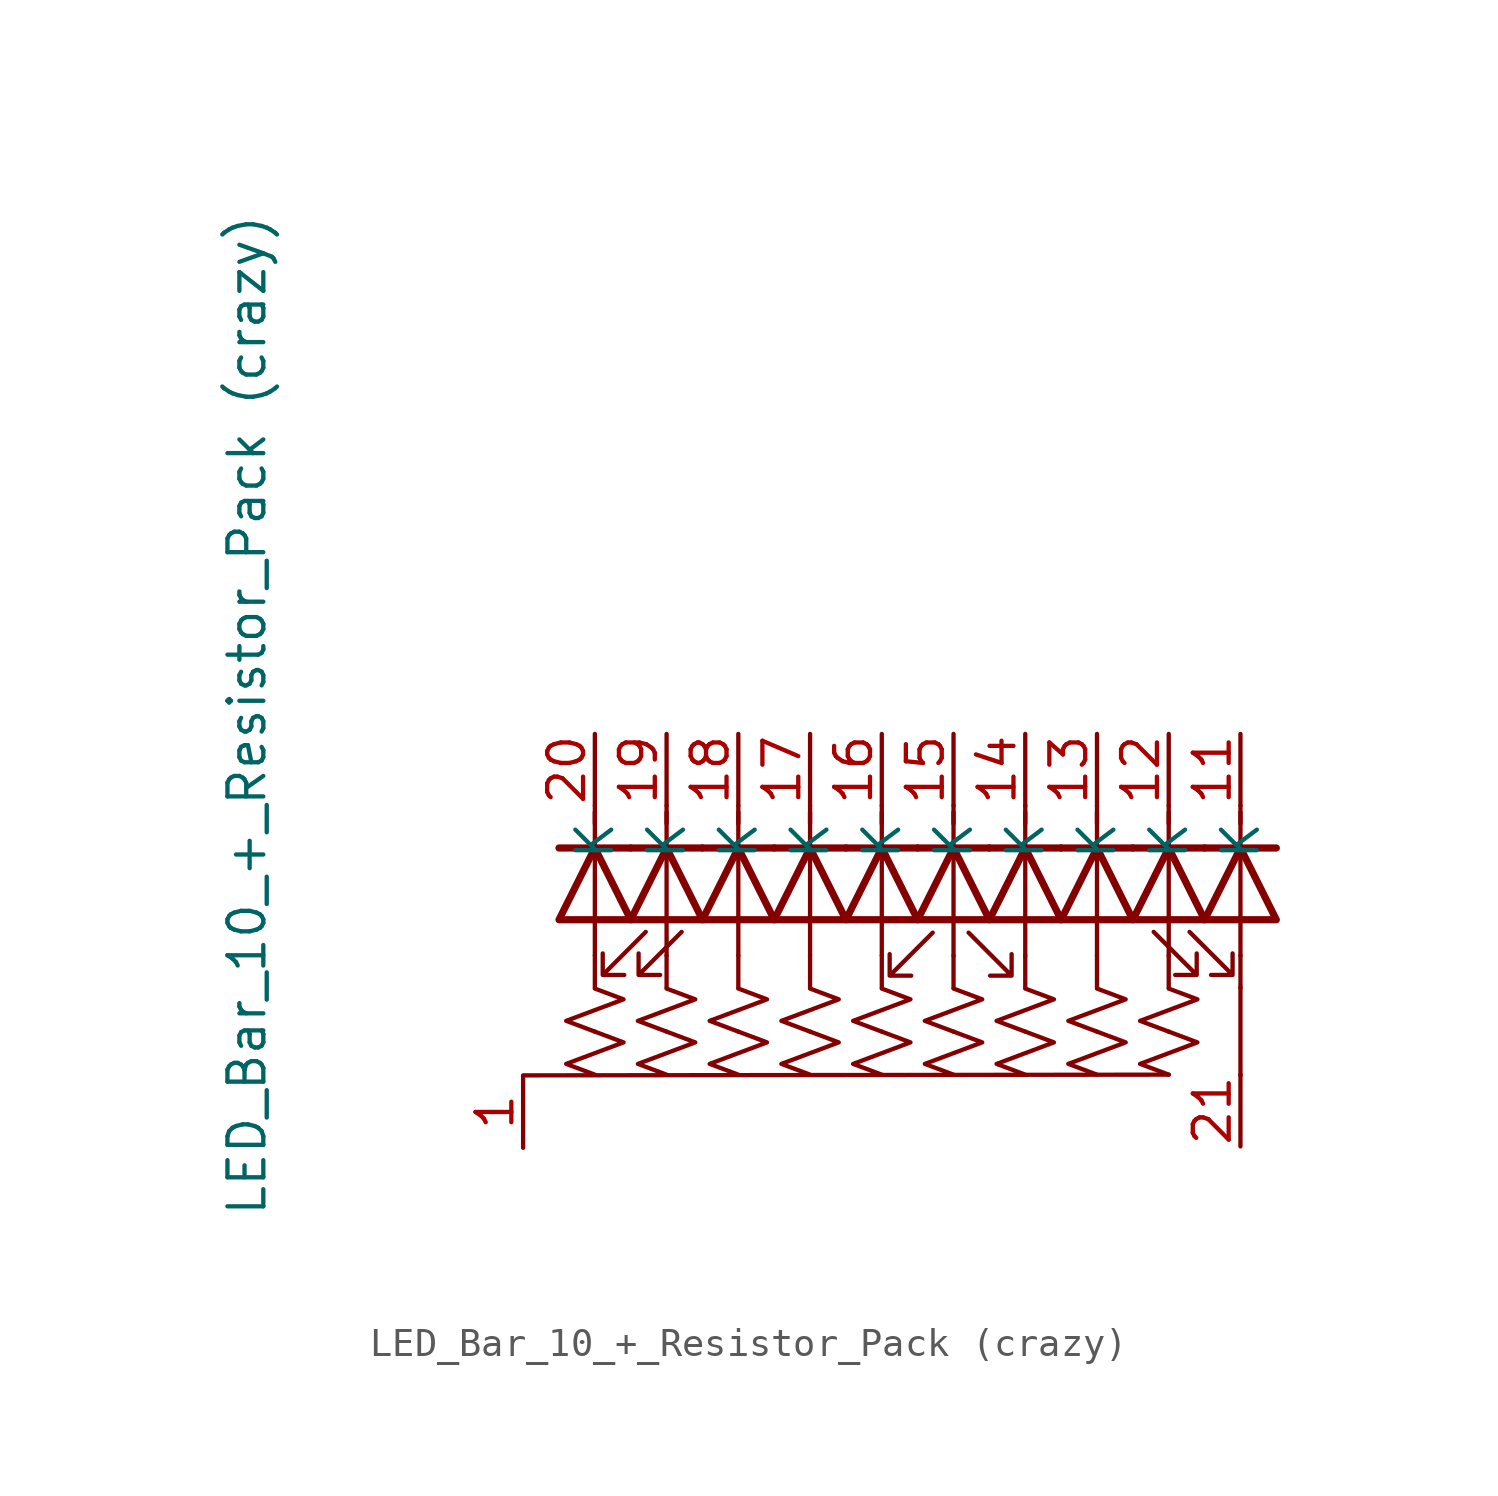
<source format=kicad_sym>
(kicad_symbol_lib
  (version 20220914)
  (generator kicad_symbol_editor)
  (symbol "LED_Bar_10_+_Resistor_Pack (crazy)"
    (property "Reference" "BAR"
      (at -23.495 -9.525 0)
      (effects (font (size 1.27 1.27)) hide))
    (property "Value" "LED_Bar_10_+_Resistor_Pack (crazy)"
      (at -12.319 15.265 90)
      (effects (font (size 1.27 1.27))))
    (symbol "LED_Bar_10_+_Resistor_Pack (crazy)_0_1"
      (polyline (pts (xy -2.54 2.515) (xy 20.32 2.54)) (stroke (width 0) (type default)) (fill (type none)))
      (polyline (pts (xy 0 6.756) (xy 0 5.613)) (stroke (width 0) (type default)) (fill (type none)))
      (polyline (pts (xy 0 6.756) (xy 0 11.836)) (stroke (width 0) (type default)) (fill (type none)))
      (polyline (pts (xy 0 12.065) (xy 0 11.43)) (stroke (width 0) (type default)) (fill (type none)))
      (polyline (pts (xy 1.27 10.566) (xy -1.27 10.566)) (stroke (width 0.254) (type default)) (fill (type none)))
      (polyline (pts (xy 2.54 6.756) (xy 2.54 5.613)) (stroke (width 0) (type default)) (fill (type none)))
      (polyline (pts (xy 2.54 6.756) (xy 2.54 11.836)) (stroke (width 0) (type default)) (fill (type none)))
      (polyline (pts (xy 2.54 12.065) (xy 2.54 11.43)) (stroke (width 0) (type default)) (fill (type none)))
      (polyline (pts (xy 3.81 10.566) (xy 1.27 10.566)) (stroke (width 0.254) (type default)) (fill (type none)))
      (polyline (pts (xy 5.08 6.756) (xy 5.08 5.613)) (stroke (width 0) (type default)) (fill (type none)))
      (polyline (pts (xy 5.08 6.756) (xy 5.08 11.836)) (stroke (width 0) (type default)) (fill (type none)))
      (polyline (pts (xy 5.08 12.065) (xy 5.08 11.43)) (stroke (width 0) (type default)) (fill (type none)))
      (polyline (pts (xy 6.35 10.566) (xy 3.81 10.566)) (stroke (width 0.254) (type default)) (fill (type none)))
      (polyline (pts (xy 7.62 6.756) (xy 7.62 5.613)) (stroke (width 0) (type default)) (fill (type none)))
      (polyline (pts (xy 7.62 6.756) (xy 7.62 11.836)) (stroke (width 0) (type default)) (fill (type none)))
      (polyline (pts (xy 7.62 12.065) (xy 7.62 11.43)) (stroke (width 0) (type default)) (fill (type none)))
      (polyline (pts (xy 8.89 10.566) (xy 6.35 10.566)) (stroke (width 0.254) (type default)) (fill (type none)))
      (polyline (pts (xy 10.16 6.756) (xy 10.16 5.613)) (stroke (width 0) (type default)) (fill (type none)))
      (polyline (pts (xy 10.16 6.756) (xy 10.16 11.836)) (stroke (width 0) (type default)) (fill (type none)))
      (polyline (pts (xy 10.16 12.065) (xy 10.16 11.43)) (stroke (width 0) (type default)) (fill (type none)))
      (polyline (pts (xy 11.43 10.566) (xy 8.89 10.566)) (stroke (width 0.254) (type default)) (fill (type none)))
      (polyline (pts (xy 12.7 6.756) (xy 12.7 5.613)) (stroke (width 0) (type default)) (fill (type none)))
      (polyline (pts (xy 12.7 6.756) (xy 12.7 11.836)) (stroke (width 0) (type default)) (fill (type none)))
      (polyline (pts (xy 12.7 12.065) (xy 12.7 11.43)) (stroke (width 0) (type default)) (fill (type none)))
      (polyline (pts (xy 13.97 10.566) (xy 11.43 10.566)) (stroke (width 0.254) (type default)) (fill (type none)))
      (polyline (pts (xy 15.24 6.756) (xy 15.24 5.613)) (stroke (width 0) (type default)) (fill (type none)))
      (polyline (pts (xy 15.24 6.756) (xy 15.24 11.836)) (stroke (width 0) (type default)) (fill (type none)))
      (polyline (pts (xy 15.24 12.065) (xy 15.24 11.43)) (stroke (width 0) (type default)) (fill (type none)))
      (polyline (pts (xy 16.51 10.566) (xy 13.97 10.566)) (stroke (width 0.254) (type default)) (fill (type none)))
      (polyline (pts (xy 17.78 6.756) (xy 17.78 5.613)) (stroke (width 0) (type default)) (fill (type none)))
      (polyline (pts (xy 17.78 6.756) (xy 17.78 11.836)) (stroke (width 0) (type default)) (fill (type none)))
      (polyline (pts (xy 17.78 12.065) (xy 17.78 11.43)) (stroke (width 0) (type default)) (fill (type none)))
      (polyline (pts (xy 19.05 10.566) (xy 16.51 10.566)) (stroke (width 0.254) (type default)) (fill (type none)))
      (polyline (pts (xy 19.05 10.566) (xy 21.59 10.566)) (stroke (width 0.254) (type default)) (fill (type none)))
      (polyline (pts (xy 20.32 6.756) (xy 20.32 5.613)) (stroke (width 0) (type default)) (fill (type none)))
      (polyline (pts (xy 20.32 6.756) (xy 20.32 11.836)) (stroke (width 0) (type default)) (fill (type none)))
      (polyline (pts (xy 20.32 12.065) (xy 20.32 11.43)) (stroke (width 0) (type default)) (fill (type none)))
      (polyline (pts (xy 21.59 10.566) (xy 24.13 10.566)) (stroke (width 0.254) (type default)) (fill (type none)))
      (polyline (pts (xy 22.86 5.639) (xy 22.86 2.515)) (stroke (width 0) (type default)) (fill (type none)))
      (polyline (pts (xy 22.86 6.756) (xy 22.86 5.613)) (stroke (width 0) (type default)) (fill (type none)))
      (polyline (pts (xy 22.86 6.756) (xy 22.86 11.836)) (stroke (width 0) (type default)) (fill (type none)))
      (polyline (pts (xy 22.86 12.065) (xy 22.86 11.43)) (stroke (width 0) (type default)) (fill (type none)))
      (polyline (pts (xy -1.27 8.026) (xy 1.27 8.026) (xy 0 10.566) (xy -1.27 8.026)) (stroke (width 0.254) (type default)) (fill (type none)))
      (polyline (pts (xy 1.27 8.026) (xy 3.81 8.026) (xy 2.54 10.566) (xy 1.27 8.026)) (stroke (width 0.254) (type default)) (fill (type none)))
      (polyline (pts (xy 3.81 8.026) (xy 6.35 8.026) (xy 5.08 10.566) (xy 3.81 8.026)) (stroke (width 0.254) (type default)) (fill (type none)))
      (polyline (pts (xy 6.35 8.026) (xy 8.89 8.026) (xy 7.62 10.566) (xy 6.35 8.026)) (stroke (width 0.254) (type default)) (fill (type none)))
      (polyline (pts (xy 8.89 8.026) (xy 11.43 8.026) (xy 10.16 10.566) (xy 8.89 8.026)) (stroke (width 0.254) (type default)) (fill (type none)))
      (polyline (pts (xy 11.43 8.026) (xy 13.97 8.026) (xy 12.7 10.566) (xy 11.43 8.026)) (stroke (width 0.254) (type default)) (fill (type none)))
      (polyline (pts (xy 13.97 8.026) (xy 16.51 8.026) (xy 15.24 10.566) (xy 13.97 8.026)) (stroke (width 0.254) (type default)) (fill (type none)))
      (polyline (pts (xy 16.51 8.026) (xy 19.05 8.026) (xy 17.78 10.566) (xy 16.51 8.026)) (stroke (width 0.254) (type default)) (fill (type none)))
      (polyline (pts (xy 21.59 8.026) (xy 19.05 8.026) (xy 20.32 10.566) (xy 21.59 8.026)) (stroke (width 0.254) (type default)) (fill (type none)))
      (polyline (pts (xy 24.13 8.026) (xy 21.59 8.026) (xy 22.86 10.566) (xy 24.13 8.026)) (stroke (width 0.254) (type default)) (fill (type none)))
      (polyline (pts (xy 1.803 7.595) (xy 0.279 6.071) (xy 1.041 6.071) (xy 0.279 6.071) (xy 0.279 6.833)) (stroke (width 0) (type default)) (fill (type none)))
      (polyline (pts (xy 3.073 7.595) (xy 1.549 6.071) (xy 2.311 6.071) (xy 1.549 6.071) (xy 1.549 6.833)) (stroke (width 0) (type default)) (fill (type none)))
      (polyline (pts (xy 11.963 7.569) (xy 10.439 6.045) (xy 11.201 6.045) (xy 10.439 6.045) (xy 10.439 6.807)) (stroke (width 0) (type default)) (fill (type none)))
      (polyline (pts (xy 13.233 7.569) (xy 14.757 6.045) (xy 14.757 6.807) (xy 14.757 6.045) (xy 13.995 6.045)) (stroke (width 0) (type default)) (fill (type none)))
      (polyline (pts (xy 19.787 7.595) (xy 21.311 6.071) (xy 20.549 6.071) (xy 21.311 6.071) (xy 21.311 6.833)) (stroke (width 0) (type default)) (fill (type none)))
      (polyline (pts (xy 21.057 7.595) (xy 22.581 6.071) (xy 21.819 6.071) (xy 22.581 6.071) (xy 22.581 6.833)) (stroke (width 0) (type default)) (fill (type none))))
    (symbol "LED_Bar_10_+_Resistor_Pack (crazy)_1_1"
      (polyline (pts (xy 0 2.54) (xy -1.016 2.921) (xy 0 3.302) (xy 1.016 3.683) (xy 0 4.064)) (stroke (width 0) (type default)) (fill (type none)))
      (polyline (pts (xy 0 4.064) (xy -1.016 4.445) (xy 0 4.826) (xy 1.016 5.207) (xy 0 5.588)) (stroke (width 0) (type default)) (fill (type none)))
      (polyline (pts (xy 2.54 2.54) (xy 1.524 2.921) (xy 2.54 3.302) (xy 3.556 3.683) (xy 2.54 4.064)) (stroke (width 0) (type default)) (fill (type none)))
      (polyline (pts (xy 2.54 4.064) (xy 1.524 4.445) (xy 2.54 4.826) (xy 3.556 5.207) (xy 2.54 5.588)) (stroke (width 0) (type default)) (fill (type none)))
      (polyline (pts (xy 5.08 2.54) (xy 4.064 2.921) (xy 5.08 3.302) (xy 6.096 3.683) (xy 5.08 4.064)) (stroke (width 0) (type default)) (fill (type none)))
      (polyline (pts (xy 5.08 4.064) (xy 4.064 4.445) (xy 5.08 4.826) (xy 6.096 5.207) (xy 5.08 5.588)) (stroke (width 0) (type default)) (fill (type none)))
      (polyline (pts (xy 7.62 2.54) (xy 6.604 2.921) (xy 7.62 3.302) (xy 8.636 3.683) (xy 7.62 4.064)) (stroke (width 0) (type default)) (fill (type none)))
      (polyline (pts (xy 7.62 4.064) (xy 6.604 4.445) (xy 7.62 4.826) (xy 8.636 5.207) (xy 7.62 5.588)) (stroke (width 0) (type default)) (fill (type none)))
      (polyline (pts (xy 10.16 2.54) (xy 9.144 2.921) (xy 10.16 3.302) (xy 11.176 3.683) (xy 10.16 4.064)) (stroke (width 0) (type default)) (fill (type none)))
      (polyline (pts (xy 10.16 4.064) (xy 9.144 4.445) (xy 10.16 4.826) (xy 11.176 5.207) (xy 10.16 5.588)) (stroke (width 0) (type default)) (fill (type none)))
      (polyline (pts (xy 12.7 2.54) (xy 11.684 2.921) (xy 12.7 3.302) (xy 13.716 3.683) (xy 12.7 4.064)) (stroke (width 0) (type default)) (fill (type none)))
      (polyline (pts (xy 12.7 4.064) (xy 11.684 4.445) (xy 12.7 4.826) (xy 13.716 5.207) (xy 12.7 5.588)) (stroke (width 0) (type default)) (fill (type none)))
      (polyline (pts (xy 15.24 2.54) (xy 14.224 2.921) (xy 15.24 3.302) (xy 16.256 3.683) (xy 15.24 4.064)) (stroke (width 0) (type default)) (fill (type none)))
      (polyline (pts (xy 15.24 4.064) (xy 14.224 4.445) (xy 15.24 4.826) (xy 16.256 5.207) (xy 15.24 5.588)) (stroke (width 0) (type default)) (fill (type none)))
      (polyline (pts (xy 17.78 2.54) (xy 16.764 2.921) (xy 17.78 3.302) (xy 18.796 3.683) (xy 17.78 4.064)) (stroke (width 0) (type default)) (fill (type none)))
      (polyline (pts (xy 17.78 4.064) (xy 16.764 4.445) (xy 17.78 4.826) (xy 18.796 5.207) (xy 17.78 5.588)) (stroke (width 0) (type default)) (fill (type none)))
      (polyline (pts (xy 20.32 2.54) (xy 19.304 2.921) (xy 20.32 3.302) (xy 21.336 3.683) (xy 20.32 4.064)) (stroke (width 0) (type default)) (fill (type none)))
      (polyline (pts (xy 20.32 4.064) (xy 19.304 4.445) (xy 20.32 4.826) (xy 21.336 5.207) (xy 20.32 5.588)) (stroke (width 0) (type default)) (fill (type none)))
      (pin passive line (at -2.54 -0.051 90) (length 2.54) (name "" (effects (font (size 1.27 1.27)))) (number "1" (effects (font (size 1.27 1.27)))))
      (pin passive line (at 22.86 14.605 270) (length 2.54) (name "K" (effects (font (size 1.27 1.27)))) (number "11" (effects (font (size 1.27 1.27)))))
      (pin passive line (at 20.32 14.605 270) (length 2.54) (name "K" (effects (font (size 1.27 1.27)))) (number "12" (effects (font (size 1.27 1.27)))))
      (pin passive line (at 17.78 14.605 270) (length 2.54) (name "K" (effects (font (size 1.27 1.27)))) (number "13" (effects (font (size 1.27 1.27)))))
      (pin passive line (at 15.24 14.605 270) (length 2.54) (name "K" (effects (font (size 1.27 1.27)))) (number "14" (effects (font (size 1.27 1.27)))))
      (pin passive line (at 12.7 14.605 270) (length 2.54) (name "K" (effects (font (size 1.27 1.27)))) (number "15" (effects (font (size 1.27 1.27)))))
      (pin passive line (at 10.16 14.605 270) (length 2.54) (name "K" (effects (font (size 1.27 1.27)))) (number "16" (effects (font (size 1.27 1.27)))))
      (pin passive line (at 7.62 14.605 270) (length 2.54) (name "K" (effects (font (size 1.27 1.27)))) (number "17" (effects (font (size 1.27 1.27)))))
      (pin passive line (at 5.08 14.605 270) (length 2.54) (name "K" (effects (font (size 1.27 1.27)))) (number "18" (effects (font (size 1.27 1.27)))))
      (pin passive line (at 2.54 14.605 270) (length 2.54) (name "K" (effects (font (size 1.27 1.27)))) (number "19" (effects (font (size 1.27 1.27)))))
      (pin passive line (at 0 14.605 270) (length 2.54) (name "K" (effects (font (size 1.27 1.27)))) (number "20" (effects (font (size 1.27 1.27)))))
      (pin passive line (at 22.86 0 90) (length 2.54) (name "" (effects (font (size 1.27 1.27)))) (number "21" (effects (font (size 1.27 1.27))))))))
</source>
